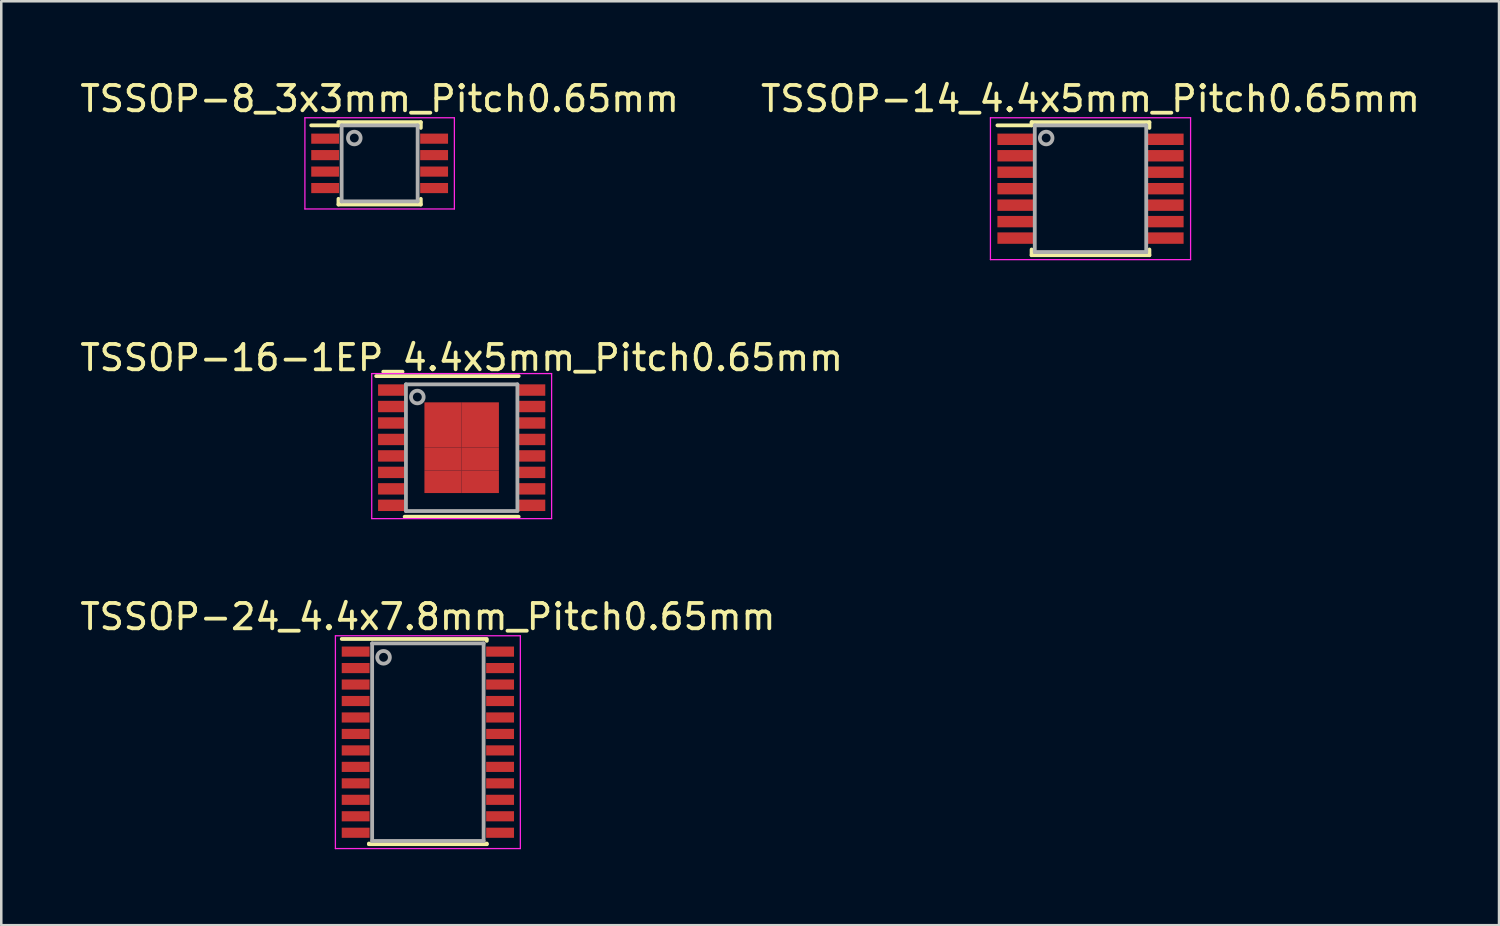
<source format=kicad_pcb>
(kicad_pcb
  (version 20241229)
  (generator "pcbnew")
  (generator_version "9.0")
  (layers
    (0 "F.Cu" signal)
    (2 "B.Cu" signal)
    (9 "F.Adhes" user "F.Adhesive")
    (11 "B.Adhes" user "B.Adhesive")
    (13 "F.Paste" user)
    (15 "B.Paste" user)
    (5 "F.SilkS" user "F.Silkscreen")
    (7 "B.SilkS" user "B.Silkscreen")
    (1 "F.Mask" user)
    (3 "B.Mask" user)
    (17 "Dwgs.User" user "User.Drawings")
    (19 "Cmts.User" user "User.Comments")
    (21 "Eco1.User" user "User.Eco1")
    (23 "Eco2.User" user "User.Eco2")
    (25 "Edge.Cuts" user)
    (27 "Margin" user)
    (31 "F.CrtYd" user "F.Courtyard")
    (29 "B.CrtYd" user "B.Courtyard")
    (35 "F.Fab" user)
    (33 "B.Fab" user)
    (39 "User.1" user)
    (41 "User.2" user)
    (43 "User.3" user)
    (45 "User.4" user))
  (footprint "TSSOP-16-1EP_4.4x5mm_Pitch0.65mm"
    (layer "F.Cu")
    (at 15.173 14.621)
    (property "Reference" "TSSOP-16-1EP_4.4x5mm_Pitch0.65mm" (at 0 -3.55 0) (layer "F.SilkS") (effects (font (size 1 1) (thickness 0.15))))
    (attr smd)
    (fp_line (start -3.375 -2.825) (end 2.25 -2.825) (stroke (width 0.15) (type solid)) (layer "F.SilkS"))
    (fp_line (start -2.25 2.725) (end 2.25 2.725) (stroke (width 0.15) (type solid)) (layer "F.SilkS"))
    (fp_line (start -3.55 -2.925) (end -3.55 2.8) (stroke (width 0.05) (type solid)) (layer "F.CrtYd"))
    (fp_line (start -3.55 -2.925) (end 3.55 -2.925) (stroke (width 0.05) (type solid)) (layer "F.CrtYd"))
    (fp_line (start -3.55 2.8) (end 3.55 2.8) (stroke (width 0.05) (type solid)) (layer "F.CrtYd"))
    (fp_line (start 3.55 -2.925) (end 3.55 2.8) (stroke (width 0.05) (type solid)) (layer "F.CrtYd"))
    (fp_line (start -2.2 -2.5) (end 2.2 -2.5) (stroke (width 0.15) (type solid)) (layer "F.Fab"))
    (fp_line (start -2.2 2.5) (end -2.2 -2.5) (stroke (width 0.15) (type solid)) (layer "F.Fab"))
    (fp_line (start 2.2 -2.5) (end 2.2 2.5) (stroke (width 0.15) (type solid)) (layer "F.Fab"))
    (fp_line (start 2.2 2.5) (end -2.2 2.5) (stroke (width 0.15) (type solid)) (layer "F.Fab"))
    (fp_circle (center -1.75 -2) (end -2 -2) (stroke (width 0.15) (type solid)) (fill no) (layer "F.Fab"))
    (pad "1" smd rect (at -2.775 -2.275) (size 1.05 0.45) (layers "F.Cu" "F.Mask" "F.Paste"))
    (pad "2" smd rect (at -2.775 -1.625) (size 1.05 0.45) (layers "F.Cu" "F.Mask" "F.Paste"))
    (pad "3" smd rect (at -2.775 -0.975) (size 1.05 0.45) (layers "F.Cu" "F.Mask" "F.Paste"))
    (pad "4" smd rect (at -2.775 -0.325) (size 1.05 0.45) (layers "F.Cu" "F.Mask" "F.Paste"))
    (pad "5" smd rect (at -2.775 0.325) (size 1.05 0.45) (layers "F.Cu" "F.Mask" "F.Paste"))
    (pad "6" smd rect (at -2.775 0.975) (size 1.05 0.45) (layers "F.Cu" "F.Mask" "F.Paste"))
    (pad "7" smd rect (at -2.775 1.625) (size 1.05 0.45) (layers "F.Cu" "F.Mask" "F.Paste"))
    (pad "8" smd rect (at -2.775 2.275) (size 1.05 0.45) (layers "F.Cu" "F.Mask" "F.Paste"))
    (pad "9" smd rect (at 2.775 2.275) (size 1.05 0.45) (layers "F.Cu" "F.Mask" "F.Paste"))
    (pad "10" smd rect (at 2.775 1.625) (size 1.05 0.45) (layers "F.Cu" "F.Mask" "F.Paste"))
    (pad "11" smd rect (at 2.775 0.975) (size 1.05 0.45) (layers "F.Cu" "F.Mask" "F.Paste"))
    (pad "12" smd rect (at 2.775 0.325) (size 1.05 0.45) (layers "F.Cu" "F.Mask" "F.Paste"))
    (pad "13" smd rect (at 2.775 -0.325) (size 1.05 0.45) (layers "F.Cu" "F.Mask" "F.Paste"))
    (pad "14" smd rect (at 2.775 -0.975) (size 1.05 0.45) (layers "F.Cu" "F.Mask" "F.Paste"))
    (pad "15" smd rect (at 2.775 -1.625) (size 1.05 0.45) (layers "F.Cu" "F.Mask" "F.Paste"))
    (pad "16" smd rect (at 2.775 -2.275) (size 1.05 0.45) (layers "F.Cu" "F.Mask" "F.Paste"))
    (pad "17" smd rect (at -0.735 -1.343) (size 1.47 0.895) (layers "F.Cu" "F.Mask" "F.Paste"))
    (pad "17" smd rect (at -0.735 -0.448) (size 1.47 0.895) (layers "F.Cu" "F.Mask" "F.Paste"))
    (pad "17" smd rect (at -0.735 0.448) (size 1.47 0.895) (layers "F.Cu" "F.Mask" "F.Paste"))
    (pad "17" smd rect (at -0.735 1.343) (size 1.47 0.895) (layers "F.Cu" "F.Mask" "F.Paste"))
    (pad "17" smd rect (at 0.735 -1.343) (size 1.47 0.895) (layers "F.Cu" "F.Mask" "F.Paste"))
    (pad "17" smd rect (at 0.735 -0.448) (size 1.47 0.895) (layers "F.Cu" "F.Mask" "F.Paste"))
    (pad "17" smd rect (at 0.735 0.448) (size 1.47 0.895) (layers "F.Cu" "F.Mask" "F.Paste"))
    (pad "17" smd rect (at 0.735 1.343) (size 1.47 0.895) (layers "F.Cu" "F.Mask" "F.Paste")))
  (footprint "TSSOP-24_4.4x7.8mm_Pitch0.65mm"
    (layer "F.Cu")
    (at 13.839 26.245)
    (property "Reference" "TSSOP-24_4.4x7.8mm_Pitch0.65mm" (at 0 -4.95 0) (layer "F.SilkS") (effects (font (size 1 1) (thickness 0.15))))
    (attr smd)
    (fp_line (start -3.4 -4.075) (end 2.325 -4.075) (stroke (width 0.15) (type solid)) (layer "F.SilkS"))
    (fp_line (start -2.325 4.025) (end -2.325 4) (stroke (width 0.15) (type solid)) (layer "F.SilkS"))
    (fp_line (start -2.325 4.025) (end 2.325 4.025) (stroke (width 0.15) (type solid)) (layer "F.SilkS"))
    (fp_line (start 2.325 -4.025) (end 2.325 -4) (stroke (width 0.15) (type solid)) (layer "F.SilkS"))
    (fp_line (start 2.325 4.025) (end 2.325 4) (stroke (width 0.15) (type solid)) (layer "F.SilkS"))
    (fp_line (start -3.65 -4.2) (end -3.65 4.2) (stroke (width 0.05) (type solid)) (layer "F.CrtYd"))
    (fp_line (start -3.65 -4.2) (end 3.65 -4.2) (stroke (width 0.05) (type solid)) (layer "F.CrtYd"))
    (fp_line (start -3.65 4.2) (end 3.65 4.2) (stroke (width 0.05) (type solid)) (layer "F.CrtYd"))
    (fp_line (start 3.65 -4.2) (end 3.65 4.2) (stroke (width 0.05) (type solid)) (layer "F.CrtYd"))
    (fp_line (start -2.2 -3.9) (end 2.2 -3.9) (stroke (width 0.15) (type solid)) (layer "F.Fab"))
    (fp_line (start -2.2 3.9) (end -2.2 -3.9) (stroke (width 0.15) (type solid)) (layer "F.Fab"))
    (fp_line (start 2.2 -3.9) (end 2.2 3.9) (stroke (width 0.15) (type solid)) (layer "F.Fab"))
    (fp_line (start 2.2 3.9) (end -2.2 3.9) (stroke (width 0.15) (type solid)) (layer "F.Fab"))
    (fp_circle (center -1.75 -3.35) (end -2 -3.35) (stroke (width 0.15) (type solid)) (fill no) (layer "F.Fab"))
    (pad "1" smd rect (at -2.85 -3.575) (size 1.1 0.4) (layers "F.Cu" "F.Mask" "F.Paste"))
    (pad "2" smd rect (at -2.85 -2.925) (size 1.1 0.4) (layers "F.Cu" "F.Mask" "F.Paste"))
    (pad "3" smd rect (at -2.85 -2.275) (size 1.1 0.4) (layers "F.Cu" "F.Mask" "F.Paste"))
    (pad "4" smd rect (at -2.85 -1.625) (size 1.1 0.4) (layers "F.Cu" "F.Mask" "F.Paste"))
    (pad "5" smd rect (at -2.85 -0.975) (size 1.1 0.4) (layers "F.Cu" "F.Mask" "F.Paste"))
    (pad "6" smd rect (at -2.85 -0.325) (size 1.1 0.4) (layers "F.Cu" "F.Mask" "F.Paste"))
    (pad "7" smd rect (at -2.85 0.325) (size 1.1 0.4) (layers "F.Cu" "F.Mask" "F.Paste"))
    (pad "8" smd rect (at -2.85 0.975) (size 1.1 0.4) (layers "F.Cu" "F.Mask" "F.Paste"))
    (pad "9" smd rect (at -2.85 1.625) (size 1.1 0.4) (layers "F.Cu" "F.Mask" "F.Paste"))
    (pad "10" smd rect (at -2.85 2.275) (size 1.1 0.4) (layers "F.Cu" "F.Mask" "F.Paste"))
    (pad "11" smd rect (at -2.85 2.925) (size 1.1 0.4) (layers "F.Cu" "F.Mask" "F.Paste"))
    (pad "12" smd rect (at -2.85 3.575) (size 1.1 0.4) (layers "F.Cu" "F.Mask" "F.Paste"))
    (pad "13" smd rect (at 2.85 3.575) (size 1.1 0.4) (layers "F.Cu" "F.Mask" "F.Paste"))
    (pad "14" smd rect (at 2.85 2.925) (size 1.1 0.4) (layers "F.Cu" "F.Mask" "F.Paste"))
    (pad "15" smd rect (at 2.85 2.275) (size 1.1 0.4) (layers "F.Cu" "F.Mask" "F.Paste"))
    (pad "16" smd rect (at 2.85 1.625) (size 1.1 0.4) (layers "F.Cu" "F.Mask" "F.Paste"))
    (pad "17" smd rect (at 2.85 0.975) (size 1.1 0.4) (layers "F.Cu" "F.Mask" "F.Paste"))
    (pad "18" smd rect (at 2.85 0.325) (size 1.1 0.4) (layers "F.Cu" "F.Mask" "F.Paste"))
    (pad "19" smd rect (at 2.85 -0.325) (size 1.1 0.4) (layers "F.Cu" "F.Mask" "F.Paste"))
    (pad "20" smd rect (at 2.85 -0.975) (size 1.1 0.4) (layers "F.Cu" "F.Mask" "F.Paste"))
    (pad "21" smd rect (at 2.85 -1.625) (size 1.1 0.4) (layers "F.Cu" "F.Mask" "F.Paste"))
    (pad "22" smd rect (at 2.85 -2.275) (size 1.1 0.4) (layers "F.Cu" "F.Mask" "F.Paste"))
    (pad "23" smd rect (at 2.85 -2.925) (size 1.1 0.4) (layers "F.Cu" "F.Mask" "F.Paste"))
    (pad "24" smd rect (at 2.85 -3.575) (size 1.1 0.4) (layers "F.Cu" "F.Mask" "F.Paste")))
  (footprint "TSSOP-14_4.4x5mm_Pitch0.65mm"
    (layer "F.Cu")
    (at 39.994 4.398)
    (property "Reference" "TSSOP-14_4.4x5mm_Pitch0.65mm" (at 0 -3.55 0) (layer "F.SilkS") (effects (font (size 1 1) (thickness 0.15))))
    (attr smd)
    (fp_line (start -2.325 -2.625) (end -2.325 -2.5) (stroke (width 0.15) (type solid)) (layer "F.SilkS"))
    (fp_line (start -2.325 -2.625) (end 2.325 -2.625) (stroke (width 0.15) (type solid)) (layer "F.SilkS"))
    (fp_line (start -2.325 -2.5) (end -3.675 -2.5) (stroke (width 0.15) (type solid)) (layer "F.SilkS"))
    (fp_line (start -2.325 2.625) (end -2.325 2.4) (stroke (width 0.15) (type solid)) (layer "F.SilkS"))
    (fp_line (start -2.325 2.625) (end 2.325 2.625) (stroke (width 0.15) (type solid)) (layer "F.SilkS"))
    (fp_line (start 2.325 -2.625) (end 2.325 -2.4) (stroke (width 0.15) (type solid)) (layer "F.SilkS"))
    (fp_line (start 2.325 2.625) (end 2.325 2.4) (stroke (width 0.15) (type solid)) (layer "F.SilkS"))
    (fp_line (start -3.95 -2.8) (end -3.95 2.8) (stroke (width 0.05) (type solid)) (layer "F.CrtYd"))
    (fp_line (start -3.95 -2.8) (end 3.95 -2.8) (stroke (width 0.05) (type solid)) (layer "F.CrtYd"))
    (fp_line (start -3.95 2.8) (end 3.95 2.8) (stroke (width 0.05) (type solid)) (layer "F.CrtYd"))
    (fp_line (start 3.95 -2.8) (end 3.95 2.8) (stroke (width 0.05) (type solid)) (layer "F.CrtYd"))
    (fp_line (start -2.2 -2.5) (end 2.2 -2.5) (stroke (width 0.15) (type solid)) (layer "F.Fab"))
    (fp_line (start -2.2 2.5) (end -2.2 -2.5) (stroke (width 0.15) (type solid)) (layer "F.Fab"))
    (fp_line (start 2.2 -2.5) (end 2.2 2.5) (stroke (width 0.15) (type solid)) (layer "F.Fab"))
    (fp_line (start 2.2 2.5) (end -2.2 2.5) (stroke (width 0.15) (type solid)) (layer "F.Fab"))
    (fp_circle (center -1.75 -2) (end -2 -2) (stroke (width 0.15) (type solid)) (fill no) (layer "F.Fab"))
    (pad "1" smd rect (at -2.95 -1.95) (size 1.45 0.45) (layers "F.Cu" "F.Mask" "F.Paste"))
    (pad "2" smd rect (at -2.95 -1.3) (size 1.45 0.45) (layers "F.Cu" "F.Mask" "F.Paste"))
    (pad "3" smd rect (at -2.95 -0.65) (size 1.45 0.45) (layers "F.Cu" "F.Mask" "F.Paste"))
    (pad "4" smd rect (at -2.95 0) (size 1.45 0.45) (layers "F.Cu" "F.Mask" "F.Paste"))
    (pad "5" smd rect (at -2.95 0.65) (size 1.45 0.45) (layers "F.Cu" "F.Mask" "F.Paste"))
    (pad "6" smd rect (at -2.95 1.3) (size 1.45 0.45) (layers "F.Cu" "F.Mask" "F.Paste"))
    (pad "7" smd rect (at -2.95 1.95) (size 1.45 0.45) (layers "F.Cu" "F.Mask" "F.Paste"))
    (pad "8" smd rect (at 2.95 1.95) (size 1.45 0.45) (layers "F.Cu" "F.Mask" "F.Paste"))
    (pad "9" smd rect (at 2.95 1.3) (size 1.45 0.45) (layers "F.Cu" "F.Mask" "F.Paste"))
    (pad "10" smd rect (at 2.95 0.65) (size 1.45 0.45) (layers "F.Cu" "F.Mask" "F.Paste"))
    (pad "11" smd rect (at 2.95 0) (size 1.45 0.45) (layers "F.Cu" "F.Mask" "F.Paste"))
    (pad "12" smd rect (at 2.95 -0.65) (size 1.45 0.45) (layers "F.Cu" "F.Mask" "F.Paste"))
    (pad "13" smd rect (at 2.95 -1.3) (size 1.45 0.45) (layers "F.Cu" "F.Mask" "F.Paste"))
    (pad "14" smd rect (at 2.95 -1.95) (size 1.45 0.45) (layers "F.Cu" "F.Mask" "F.Paste")))
  (footprint "TSSOP-8_3x3mm_Pitch0.65mm"
    (layer "F.Cu")
    (at 11.935 3.398)
    (property "Reference" "TSSOP-8_3x3mm_Pitch0.65mm" (at 0 -2.55 0) (layer "F.SilkS") (effects (font (size 1 1) (thickness 0.15))))
    (attr smd)
    (fp_line (start -1.625 -1.625) (end -1.625 -1.5) (stroke (width 0.15) (type solid)) (layer "F.SilkS"))
    (fp_line (start -1.625 -1.625) (end 1.625 -1.625) (stroke (width 0.15) (type solid)) (layer "F.SilkS"))
    (fp_line (start -1.625 -1.5) (end -2.7 -1.5) (stroke (width 0.15) (type solid)) (layer "F.SilkS"))
    (fp_line (start -1.625 1.625) (end -1.625 1.4) (stroke (width 0.15) (type solid)) (layer "F.SilkS"))
    (fp_line (start -1.625 1.625) (end 1.625 1.625) (stroke (width 0.15) (type solid)) (layer "F.SilkS"))
    (fp_line (start 1.625 -1.625) (end 1.625 -1.4) (stroke (width 0.15) (type solid)) (layer "F.SilkS"))
    (fp_line (start 1.625 1.625) (end 1.625 1.4) (stroke (width 0.15) (type solid)) (layer "F.SilkS"))
    (fp_line (start -2.95 -1.8) (end -2.95 1.8) (stroke (width 0.05) (type solid)) (layer "F.CrtYd"))
    (fp_line (start -2.95 -1.8) (end 2.95 -1.8) (stroke (width 0.05) (type solid)) (layer "F.CrtYd"))
    (fp_line (start -2.95 1.8) (end 2.95 1.8) (stroke (width 0.05) (type solid)) (layer "F.CrtYd"))
    (fp_line (start 2.95 -1.8) (end 2.95 1.8) (stroke (width 0.05) (type solid)) (layer "F.CrtYd"))
    (fp_line (start -1.5 -1.5) (end 1.5 -1.5) (stroke (width 0.15) (type solid)) (layer "F.Fab"))
    (fp_line (start -1.5 1.5) (end -1.5 -1.5) (stroke (width 0.15) (type solid)) (layer "F.Fab"))
    (fp_line (start 1.5 -1.5) (end 1.5 1.5) (stroke (width 0.15) (type solid)) (layer "F.Fab"))
    (fp_line (start 1.5 1.5) (end -1.5 1.5) (stroke (width 0.15) (type solid)) (layer "F.Fab"))
    (fp_circle (center -1 -1) (end -1.25 -1) (stroke (width 0.15) (type solid)) (fill no) (layer "F.Fab"))
    (pad "1" smd rect (at -2.15 -0.975) (size 1.1 0.4) (layers "F.Cu" "F.Mask" "F.Paste"))
    (pad "2" smd rect (at -2.15 -0.325) (size 1.1 0.4) (layers "F.Cu" "F.Mask" "F.Paste"))
    (pad "3" smd rect (at -2.15 0.325) (size 1.1 0.4) (layers "F.Cu" "F.Mask" "F.Paste"))
    (pad "4" smd rect (at -2.15 0.975) (size 1.1 0.4) (layers "F.Cu" "F.Mask" "F.Paste"))
    (pad "5" smd rect (at 2.15 0.975) (size 1.1 0.4) (layers "F.Cu" "F.Mask" "F.Paste"))
    (pad "6" smd rect (at 2.15 0.325) (size 1.1 0.4) (layers "F.Cu" "F.Mask" "F.Paste"))
    (pad "7" smd rect (at 2.15 -0.325) (size 1.1 0.4) (layers "F.Cu" "F.Mask" "F.Paste"))
    (pad "8" smd rect (at 2.15 -0.975) (size 1.1 0.4) (layers "F.Cu" "F.Mask" "F.Paste")))
  (gr_rect
    (start -3 -3)
    (end 56.119 33.47)
    (stroke (width 0.1) (type default))
    (fill no)
    (layer "Edge.Cuts")))
</source>
